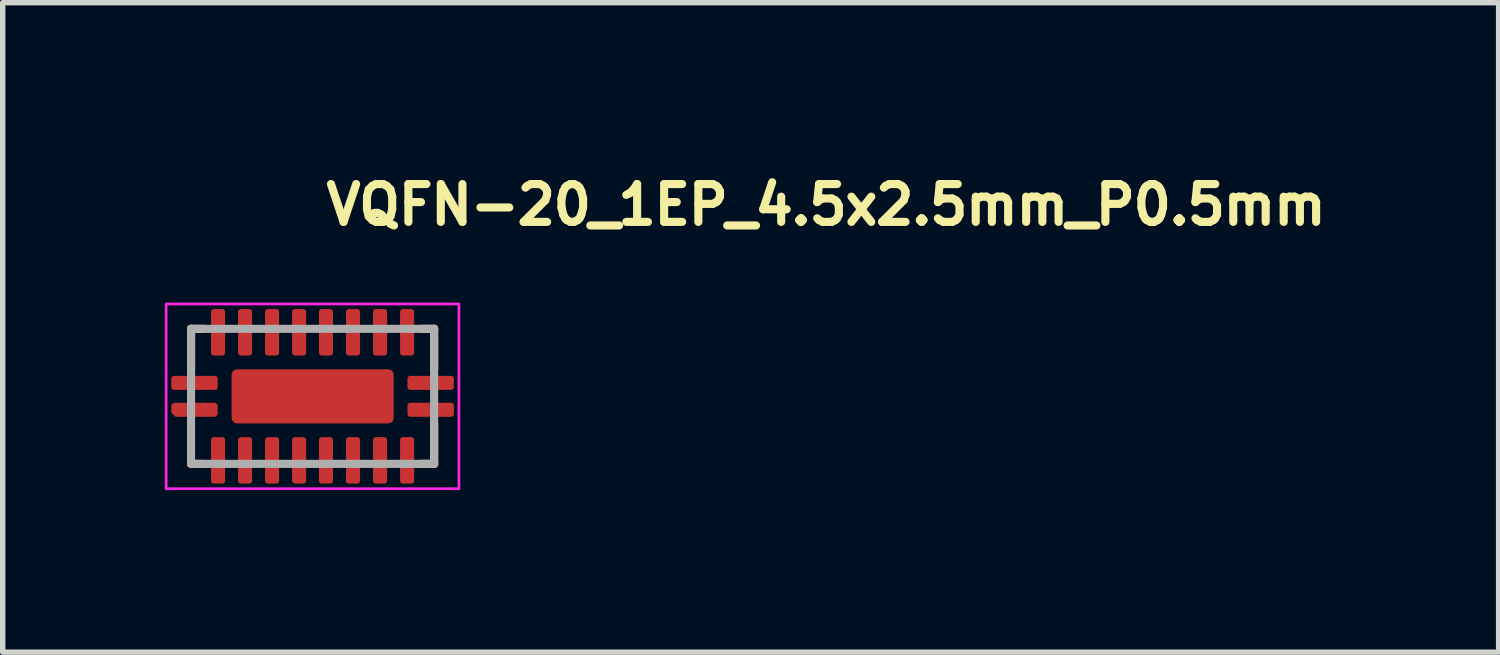
<source format=kicad_pcb>
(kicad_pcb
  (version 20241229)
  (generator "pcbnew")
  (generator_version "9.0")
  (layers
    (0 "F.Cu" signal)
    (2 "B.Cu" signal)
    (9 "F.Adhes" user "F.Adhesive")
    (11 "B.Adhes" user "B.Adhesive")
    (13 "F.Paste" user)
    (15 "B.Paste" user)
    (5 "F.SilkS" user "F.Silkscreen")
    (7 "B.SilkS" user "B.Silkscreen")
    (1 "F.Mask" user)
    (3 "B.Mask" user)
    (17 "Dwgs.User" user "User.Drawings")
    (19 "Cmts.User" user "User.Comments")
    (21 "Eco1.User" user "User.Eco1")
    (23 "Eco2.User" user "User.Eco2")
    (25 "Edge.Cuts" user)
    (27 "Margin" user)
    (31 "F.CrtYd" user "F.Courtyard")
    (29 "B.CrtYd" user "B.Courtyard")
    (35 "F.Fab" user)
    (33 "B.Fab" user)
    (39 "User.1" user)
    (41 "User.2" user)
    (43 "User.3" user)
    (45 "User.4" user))
  (footprint "VQFN-20_1EP_4.5x2.5mm_P0.5mm"
    (layer "F.Cu")
    (at 2.736 4.286)
    (property "Reference" "VQFN-20_1EP_4.5x2.5mm_P0.5mm" (at 0.174 -3.136 0) (layer "F.SilkS") (effects (font (size 0.7 0.7) (thickness 0.15)) (justify left bottom)))
    (attr smd)
    (fp_line (start -2.25 -1.25) (end -2.25 -0.5) (stroke (width 0.15) (type solid)) (layer "F.SilkS"))
    (fp_line (start -2.249 1.25) (end -2 1.25) (stroke (width 0.15) (type solid)) (layer "F.SilkS"))
    (fp_line (start -2.001 -1.25) (end -2.25 -1.25) (stroke (width 0.15) (type solid)) (layer "F.SilkS"))
    (fp_line (start 2.249 -1.25) (end 2 -1.25) (stroke (width 0.15) (type solid)) (layer "F.SilkS"))
    (fp_line (start 2.249 -1.25) (end 2.249 -0.5) (stroke (width 0.15) (type solid)) (layer "F.SilkS"))
    (fp_line (start 2.249 1.249) (end 2 1.249) (stroke (width 0.15) (type solid)) (layer "F.SilkS"))
    (fp_line (start 2.249 1.249) (end 2.249 0.5) (stroke (width 0.15) (type solid)) (layer "F.SilkS"))
    (fp_poly (pts (xy -0.951 -0.32) (xy 0.949 -0.32) (xy 0.949 0.32) (xy -0.951 0.32)) (stroke (width 0.01) (type solid)) (fill yes) (layer "F.Paste"))
    (fp_rect (start -2.711 -1.71) (end 2.708 1.709) (stroke (width 0.05) (type solid)) (fill no) (layer "F.CrtYd"))
    (fp_line (start -2.25 1.249) (end -2.25 -1.25) (stroke (width 0.15) (type solid)) (layer "F.Fab"))
    (fp_line (start 2.249 -1.25) (end -2.25 -1.25) (stroke (width 0.15) (type solid)) (layer "F.Fab"))
    (fp_line (start 2.249 1.249) (end -2.25 1.249) (stroke (width 0.15) (type solid)) (layer "F.Fab"))
    (fp_line (start 2.249 1.249) (end 2.249 -1.25) (stroke (width 0.15) (type solid)) (layer "F.Fab"))
    (fp_rect (start -2.261 -1.26) (end 2.258 1.259) (stroke (width 0.1) (type solid)) (fill no) (layer "User.5"))
    (fp_line (start -2.261 -0.37) (end -2.261 -0.132) (stroke (width 0.02) (type solid)) (layer "User.9"))
    (fp_line (start -2.261 -0.132) (end -2.25 -0.132) (stroke (width 0.02) (type solid)) (layer "User.9"))
    (fp_line (start -2.261 0.13) (end -2.261 0.368) (stroke (width 0.02) (type solid)) (layer "User.9"))
    (fp_line (start -2.261 0.368) (end -2.25 0.368) (stroke (width 0.02) (type solid)) (layer "User.9"))
    (fp_line (start -2.25 -1.25) (end -2.25 1.249) (stroke (width 0.02) (type solid)) (layer "User.9"))
    (fp_line (start -2.25 -0.37) (end -2.261 -0.37) (stroke (width 0.02) (type solid)) (layer "User.9"))
    (fp_line (start -2.25 0.13) (end -2.261 0.13) (stroke (width 0.02) (type solid)) (layer "User.9"))
    (fp_line (start -2.25 1.249) (end 2.249 1.249) (stroke (width 0.02) (type solid)) (layer "User.9"))
    (fp_line (start -1.871 -1.26) (end -1.871 -1.25) (stroke (width 0.02) (type solid)) (layer "User.9"))
    (fp_line (start -1.871 1.249) (end -1.871 1.259) (stroke (width 0.02) (type solid)) (layer "User.9"))
    (fp_line (start -1.871 1.259) (end -1.631 1.259) (stroke (width 0.02) (type solid)) (layer "User.9"))
    (fp_line (start -1.631 -1.26) (end -1.871 -1.26) (stroke (width 0.02) (type solid)) (layer "User.9"))
    (fp_line (start -1.631 -1.25) (end -1.631 -1.26) (stroke (width 0.02) (type solid)) (layer "User.9"))
    (fp_line (start -1.631 1.259) (end -1.631 1.249) (stroke (width 0.02) (type solid)) (layer "User.9"))
    (fp_line (start -1.371 -1.26) (end -1.371 -1.25) (stroke (width 0.02) (type solid)) (layer "User.9"))
    (fp_line (start -1.371 -1.26) (end -1.371 -1.25) (stroke (width 0.02) (type solid)) (layer "User.9"))
    (fp_line (start -1.371 1.249) (end -1.371 1.259) (stroke (width 0.02) (type solid)) (layer "User.9"))
    (fp_line (start -1.371 1.249) (end -1.371 1.259) (stroke (width 0.02) (type solid)) (layer "User.9"))
    (fp_line (start -1.371 1.259) (end -1.131 1.259) (stroke (width 0.02) (type solid)) (layer "User.9"))
    (fp_line (start -1.371 1.259) (end -1.131 1.259) (stroke (width 0.02) (type solid)) (layer "User.9"))
    (fp_line (start -1.131 -1.26) (end -1.371 -1.26) (stroke (width 0.02) (type solid)) (layer "User.9"))
    (fp_line (start -1.131 -1.26) (end -1.371 -1.26) (stroke (width 0.02) (type solid)) (layer "User.9"))
    (fp_line (start -1.131 -1.25) (end -1.131 -1.26) (stroke (width 0.02) (type solid)) (layer "User.9"))
    (fp_line (start -1.131 -1.25) (end -1.131 -1.26) (stroke (width 0.02) (type solid)) (layer "User.9"))
    (fp_line (start -1.131 1.259) (end -1.131 1.249) (stroke (width 0.02) (type solid)) (layer "User.9"))
    (fp_line (start -1.131 1.259) (end -1.131 1.249) (stroke (width 0.02) (type solid)) (layer "User.9"))
    (fp_line (start -0.87 -1.26) (end -0.87 -1.25) (stroke (width 0.02) (type solid)) (layer "User.9"))
    (fp_line (start -0.87 -1.26) (end -0.87 -1.25) (stroke (width 0.02) (type solid)) (layer "User.9"))
    (fp_line (start -0.87 -1.26) (end -0.87 -1.25) (stroke (width 0.02) (type solid)) (layer "User.9"))
    (fp_line (start -0.87 1.249) (end -0.87 1.259) (stroke (width 0.02) (type solid)) (layer "User.9"))
    (fp_line (start -0.87 1.249) (end -0.87 1.259) (stroke (width 0.02) (type solid)) (layer "User.9"))
    (fp_line (start -0.87 1.249) (end -0.87 1.259) (stroke (width 0.02) (type solid)) (layer "User.9"))
    (fp_line (start -0.87 1.259) (end -0.63 1.259) (stroke (width 0.02) (type solid)) (layer "User.9"))
    (fp_line (start -0.87 1.259) (end -0.63 1.259) (stroke (width 0.02) (type solid)) (layer "User.9"))
    (fp_line (start -0.87 1.259) (end -0.63 1.259) (stroke (width 0.02) (type solid)) (layer "User.9"))
    (fp_line (start -0.63 -1.26) (end -0.87 -1.26) (stroke (width 0.02) (type solid)) (layer "User.9"))
    (fp_line (start -0.63 -1.26) (end -0.87 -1.26) (stroke (width 0.02) (type solid)) (layer "User.9"))
    (fp_line (start -0.63 -1.26) (end -0.87 -1.26) (stroke (width 0.02) (type solid)) (layer "User.9"))
    (fp_line (start -0.63 -1.25) (end -0.63 -1.26) (stroke (width 0.02) (type solid)) (layer "User.9"))
    (fp_line (start -0.63 -1.25) (end -0.63 -1.26) (stroke (width 0.02) (type solid)) (layer "User.9"))
    (fp_line (start -0.63 -1.25) (end -0.63 -1.26) (stroke (width 0.02) (type solid)) (layer "User.9"))
    (fp_line (start -0.63 1.259) (end -0.63 1.249) (stroke (width 0.02) (type solid)) (layer "User.9"))
    (fp_line (start -0.63 1.259) (end -0.63 1.249) (stroke (width 0.02) (type solid)) (layer "User.9"))
    (fp_line (start -0.63 1.259) (end -0.63 1.249) (stroke (width 0.02) (type solid)) (layer "User.9"))
    (fp_line (start -0.37 -1.26) (end -0.37 -1.25) (stroke (width 0.02) (type solid)) (layer "User.9"))
    (fp_line (start -0.37 -1.26) (end -0.37 -1.25) (stroke (width 0.02) (type solid)) (layer "User.9"))
    (fp_line (start -0.37 -1.26) (end -0.37 -1.25) (stroke (width 0.02) (type solid)) (layer "User.9"))
    (fp_line (start -0.37 -1.26) (end -0.37 -1.25) (stroke (width 0.02) (type solid)) (layer "User.9"))
    (fp_line (start -0.37 1.249) (end -0.37 1.259) (stroke (width 0.02) (type solid)) (layer "User.9"))
    (fp_line (start -0.37 1.249) (end -0.37 1.259) (stroke (width 0.02) (type solid)) (layer "User.9"))
    (fp_line (start -0.37 1.249) (end -0.37 1.259) (stroke (width 0.02) (type solid)) (layer "User.9"))
    (fp_line (start -0.37 1.249) (end -0.37 1.259) (stroke (width 0.02) (type solid)) (layer "User.9"))
    (fp_line (start -0.37 1.259) (end -0.132 1.259) (stroke (width 0.02) (type solid)) (layer "User.9"))
    (fp_line (start -0.37 1.259) (end -0.132 1.259) (stroke (width 0.02) (type solid)) (layer "User.9"))
    (fp_line (start -0.37 1.259) (end -0.132 1.259) (stroke (width 0.02) (type solid)) (layer "User.9"))
    (fp_line (start -0.37 1.259) (end -0.132 1.259) (stroke (width 0.02) (type solid)) (layer "User.9"))
    (fp_line (start -0.132 -1.26) (end -0.37 -1.26) (stroke (width 0.02) (type solid)) (layer "User.9"))
    (fp_line (start -0.132 -1.26) (end -0.37 -1.26) (stroke (width 0.02) (type solid)) (layer "User.9"))
    (fp_line (start -0.132 -1.26) (end -0.37 -1.26) (stroke (width 0.02) (type solid)) (layer "User.9"))
    (fp_line (start -0.132 -1.26) (end -0.37 -1.26) (stroke (width 0.02) (type solid)) (layer "User.9"))
    (fp_line (start -0.132 -1.25) (end -0.132 -1.26) (stroke (width 0.02) (type solid)) (layer "User.9"))
    (fp_line (start -0.132 -1.25) (end -0.132 -1.26) (stroke (width 0.02) (type solid)) (layer "User.9"))
    (fp_line (start -0.132 -1.25) (end -0.132 -1.26) (stroke (width 0.02) (type solid)) (layer "User.9"))
    (fp_line (start -0.132 -1.25) (end -0.132 -1.26) (stroke (width 0.02) (type solid)) (layer "User.9"))
    (fp_line (start -0.132 1.259) (end -0.132 1.249) (stroke (width 0.02) (type solid)) (layer "User.9"))
    (fp_line (start -0.132 1.259) (end -0.132 1.249) (stroke (width 0.02) (type solid)) (layer "User.9"))
    (fp_line (start -0.132 1.259) (end -0.132 1.249) (stroke (width 0.02) (type solid)) (layer "User.9"))
    (fp_line (start -0.132 1.259) (end -0.132 1.249) (stroke (width 0.02) (type solid)) (layer "User.9"))
    (fp_line (start 0.13 -1.26) (end 0.13 -1.25) (stroke (width 0.02) (type solid)) (layer "User.9"))
    (fp_line (start 0.13 -1.26) (end 0.13 -1.25) (stroke (width 0.02) (type solid)) (layer "User.9"))
    (fp_line (start 0.13 -1.26) (end 0.13 -1.25) (stroke (width 0.02) (type solid)) (layer "User.9"))
    (fp_line (start 0.13 -1.26) (end 0.13 -1.25) (stroke (width 0.02) (type solid)) (layer "User.9"))
    (fp_line (start 0.13 1.249) (end 0.13 1.259) (stroke (width 0.02) (type solid)) (layer "User.9"))
    (fp_line (start 0.13 1.249) (end 0.13 1.259) (stroke (width 0.02) (type solid)) (layer "User.9"))
    (fp_line (start 0.13 1.249) (end 0.13 1.259) (stroke (width 0.02) (type solid)) (layer "User.9"))
    (fp_line (start 0.13 1.249) (end 0.13 1.259) (stroke (width 0.02) (type solid)) (layer "User.9"))
    (fp_line (start 0.13 1.259) (end 0.368 1.259) (stroke (width 0.02) (type solid)) (layer "User.9"))
    (fp_line (start 0.13 1.259) (end 0.368 1.259) (stroke (width 0.02) (type solid)) (layer "User.9"))
    (fp_line (start 0.13 1.259) (end 0.368 1.259) (stroke (width 0.02) (type solid)) (layer "User.9"))
    (fp_line (start 0.13 1.259) (end 0.368 1.259) (stroke (width 0.02) (type solid)) (layer "User.9"))
    (fp_line (start 0.368 -1.26) (end 0.13 -1.26) (stroke (width 0.02) (type solid)) (layer "User.9"))
    (fp_line (start 0.368 -1.26) (end 0.13 -1.26) (stroke (width 0.02) (type solid)) (layer "User.9"))
    (fp_line (start 0.368 -1.26) (end 0.13 -1.26) (stroke (width 0.02) (type solid)) (layer "User.9"))
    (fp_line (start 0.368 -1.26) (end 0.13 -1.26) (stroke (width 0.02) (type solid)) (layer "User.9"))
    (fp_line (start 0.368 -1.25) (end 0.368 -1.26) (stroke (width 0.02) (type solid)) (layer "User.9"))
    (fp_line (start 0.368 -1.25) (end 0.368 -1.26) (stroke (width 0.02) (type solid)) (layer "User.9"))
    (fp_line (start 0.368 -1.25) (end 0.368 -1.26) (stroke (width 0.02) (type solid)) (layer "User.9"))
    (fp_line (start 0.368 -1.25) (end 0.368 -1.26) (stroke (width 0.02) (type solid)) (layer "User.9"))
    (fp_line (start 0.368 1.259) (end 0.368 1.249) (stroke (width 0.02) (type solid)) (layer "User.9"))
    (fp_line (start 0.368 1.259) (end 0.368 1.249) (stroke (width 0.02) (type solid)) (layer "User.9"))
    (fp_line (start 0.368 1.259) (end 0.368 1.249) (stroke (width 0.02) (type solid)) (layer "User.9"))
    (fp_line (start 0.368 1.259) (end 0.368 1.249) (stroke (width 0.02) (type solid)) (layer "User.9"))
    (fp_line (start 0.628 -1.26) (end 0.628 -1.25) (stroke (width 0.02) (type solid)) (layer "User.9"))
    (fp_line (start 0.628 -1.26) (end 0.628 -1.25) (stroke (width 0.02) (type solid)) (layer "User.9"))
    (fp_line (start 0.628 -1.26) (end 0.628 -1.25) (stroke (width 0.02) (type solid)) (layer "User.9"))
    (fp_line (start 0.628 1.249) (end 0.628 1.259) (stroke (width 0.02) (type solid)) (layer "User.9"))
    (fp_line (start 0.628 1.249) (end 0.628 1.259) (stroke (width 0.02) (type solid)) (layer "User.9"))
    (fp_line (start 0.628 1.249) (end 0.628 1.259) (stroke (width 0.02) (type solid)) (layer "User.9"))
    (fp_line (start 0.628 1.259) (end 0.868 1.259) (stroke (width 0.02) (type solid)) (layer "User.9"))
    (fp_line (start 0.628 1.259) (end 0.868 1.259) (stroke (width 0.02) (type solid)) (layer "User.9"))
    (fp_line (start 0.628 1.259) (end 0.868 1.259) (stroke (width 0.02) (type solid)) (layer "User.9"))
    (fp_line (start 0.868 -1.26) (end 0.628 -1.26) (stroke (width 0.02) (type solid)) (layer "User.9"))
    (fp_line (start 0.868 -1.26) (end 0.628 -1.26) (stroke (width 0.02) (type solid)) (layer "User.9"))
    (fp_line (start 0.868 -1.26) (end 0.628 -1.26) (stroke (width 0.02) (type solid)) (layer "User.9"))
    (fp_line (start 0.868 -1.25) (end 0.868 -1.26) (stroke (width 0.02) (type solid)) (layer "User.9"))
    (fp_line (start 0.868 -1.25) (end 0.868 -1.26) (stroke (width 0.02) (type solid)) (layer "User.9"))
    (fp_line (start 0.868 -1.25) (end 0.868 -1.26) (stroke (width 0.02) (type solid)) (layer "User.9"))
    (fp_line (start 0.868 1.259) (end 0.868 1.249) (stroke (width 0.02) (type solid)) (layer "User.9"))
    (fp_line (start 0.868 1.259) (end 0.868 1.249) (stroke (width 0.02) (type solid)) (layer "User.9"))
    (fp_line (start 0.868 1.259) (end 0.868 1.249) (stroke (width 0.02) (type solid)) (layer "User.9"))
    (fp_line (start 1.128 -1.26) (end 1.128 -1.25) (stroke (width 0.02) (type solid)) (layer "User.9"))
    (fp_line (start 1.128 -1.26) (end 1.128 -1.25) (stroke (width 0.02) (type solid)) (layer "User.9"))
    (fp_line (start 1.128 1.249) (end 1.128 1.259) (stroke (width 0.02) (type solid)) (layer "User.9"))
    (fp_line (start 1.128 1.249) (end 1.128 1.259) (stroke (width 0.02) (type solid)) (layer "User.9"))
    (fp_line (start 1.128 1.259) (end 1.37 1.259) (stroke (width 0.02) (type solid)) (layer "User.9"))
    (fp_line (start 1.128 1.259) (end 1.37 1.259) (stroke (width 0.02) (type solid)) (layer "User.9"))
    (fp_line (start 1.37 -1.26) (end 1.128 -1.26) (stroke (width 0.02) (type solid)) (layer "User.9"))
    (fp_line (start 1.37 -1.26) (end 1.128 -1.26) (stroke (width 0.02) (type solid)) (layer "User.9"))
    (fp_line (start 1.37 -1.25) (end 1.37 -1.26) (stroke (width 0.02) (type solid)) (layer "User.9"))
    (fp_line (start 1.37 -1.25) (end 1.37 -1.26) (stroke (width 0.02) (type solid)) (layer "User.9"))
    (fp_line (start 1.37 1.259) (end 1.37 1.249) (stroke (width 0.02) (type solid)) (layer "User.9"))
    (fp_line (start 1.37 1.259) (end 1.37 1.249) (stroke (width 0.02) (type solid)) (layer "User.9"))
    (fp_line (start 1.628 -1.26) (end 1.628 -1.25) (stroke (width 0.02) (type solid)) (layer "User.9"))
    (fp_line (start 1.628 1.249) (end 1.628 1.259) (stroke (width 0.02) (type solid)) (layer "User.9"))
    (fp_line (start 1.628 1.259) (end 1.87 1.259) (stroke (width 0.02) (type solid)) (layer "User.9"))
    (fp_line (start 1.87 -1.26) (end 1.628 -1.26) (stroke (width 0.02) (type solid)) (layer "User.9"))
    (fp_line (start 1.87 -1.25) (end 1.87 -1.26) (stroke (width 0.02) (type solid)) (layer "User.9"))
    (fp_line (start 1.87 1.259) (end 1.87 1.249) (stroke (width 0.02) (type solid)) (layer "User.9"))
    (fp_line (start 2.249 -1.25) (end -2.25 -1.25) (stroke (width 0.02) (type solid)) (layer "User.9"))
    (fp_line (start 2.249 -0.132) (end 2.258 -0.132) (stroke (width 0.02) (type solid)) (layer "User.9"))
    (fp_line (start 2.249 0.368) (end 2.258 0.368) (stroke (width 0.02) (type solid)) (layer "User.9"))
    (fp_line (start 2.249 1.249) (end 2.249 -1.25) (stroke (width 0.02) (type solid)) (layer "User.9"))
    (fp_line (start 2.258 -0.37) (end 2.249 -0.37) (stroke (width 0.02) (type solid)) (layer "User.9"))
    (fp_line (start 2.258 -0.132) (end 2.258 -0.37) (stroke (width 0.02) (type solid)) (layer "User.9"))
    (fp_line (start 2.258 0.13) (end 2.249 0.13) (stroke (width 0.02) (type solid)) (layer "User.9"))
    (fp_line (start 2.258 0.368) (end 2.258 0.13) (stroke (width 0.02) (type solid)) (layer "User.9"))
    (fp_circle (center -2 0.95) (end -1.888 0.95) (stroke (width 0.02) (type solid)) (fill no) (layer "User.9"))
    (pad "1" smd roundrect (at -2.186 0.248 90) (size 0.26 0.86) (layers "F.Cu" "F.Mask" "F.Paste") (roundrect_rratio 0.25) (chamfer_ratio 0.3) (chamfer top_left))
    (pad "2" smd roundrect (at -1.75 1.185) (size 0.26 0.86) (layers "F.Cu" "F.Mask" "F.Paste") (roundrect_rratio 0.2))
    (pad "3" smd roundrect (at -1.25 1.185) (size 0.26 0.86) (layers "F.Cu" "F.Mask" "F.Paste") (roundrect_rratio 0.2))
    (pad "4" smd roundrect (at -0.75 1.185) (size 0.26 0.86) (layers "F.Cu" "F.Mask" "F.Paste") (roundrect_rratio 0.2))
    (pad "5" smd roundrect (at -0.25 1.185) (size 0.26 0.86) (layers "F.Cu" "F.Mask" "F.Paste") (roundrect_rratio 0.2))
    (pad "6" smd roundrect (at 0.248 1.185) (size 0.26 0.86) (layers "F.Cu" "F.Mask" "F.Paste") (roundrect_rratio 0.2))
    (pad "7" smd roundrect (at 0.748 1.185) (size 0.26 0.86) (layers "F.Cu" "F.Mask" "F.Paste") (roundrect_rratio 0.2))
    (pad "8" smd roundrect (at 1.249 1.185) (size 0.26 0.86) (layers "F.Cu" "F.Mask" "F.Paste") (roundrect_rratio 0.2))
    (pad "9" smd roundrect (at 1.749 1.185) (size 0.26 0.86) (layers "F.Cu" "F.Mask" "F.Paste") (roundrect_rratio 0.2))
    (pad "10" smd roundrect (at 2.185 0.248 90) (size 0.26 0.86) (layers "F.Cu" "F.Mask" "F.Paste") (roundrect_rratio 0.2))
    (pad "11" smd roundrect (at 2.185 -0.25 90) (size 0.26 0.86) (layers "F.Cu" "F.Mask" "F.Paste") (roundrect_rratio 0.2))
    (pad "12" smd roundrect (at 1.749 -1.186) (size 0.26 0.86) (layers "F.Cu" "F.Mask" "F.Paste") (roundrect_rratio 0.2))
    (pad "13" smd roundrect (at 1.249 -1.186) (size 0.26 0.86) (layers "F.Cu" "F.Mask" "F.Paste") (roundrect_rratio 0.2))
    (pad "14" smd roundrect (at 0.748 -1.186) (size 0.26 0.86) (layers "F.Cu" "F.Mask" "F.Paste") (roundrect_rratio 0.2))
    (pad "15" smd roundrect (at 0.248 -1.186) (size 0.26 0.86) (layers "F.Cu" "F.Mask" "F.Paste") (roundrect_rratio 0.2))
    (pad "16" smd roundrect (at -0.25 -1.186) (size 0.26 0.86) (layers "F.Cu" "F.Mask" "F.Paste") (roundrect_rratio 0.2))
    (pad "17" smd roundrect (at -0.75 -1.186) (size 0.26 0.86) (layers "F.Cu" "F.Mask" "F.Paste") (roundrect_rratio 0.2))
    (pad "18" smd roundrect (at -1.25 -1.186) (size 0.26 0.86) (layers "F.Cu" "F.Mask" "F.Paste") (roundrect_rratio 0.2))
    (pad "19" smd roundrect (at -1.75 -1.186) (size 0.26 0.86) (layers "F.Cu" "F.Mask" "F.Paste") (roundrect_rratio 0.2))
    (pad "20" smd roundrect (at -2.186 -0.25 90) (size 0.26 0.86) (layers "F.Cu" "F.Mask" "F.Paste") (roundrect_rratio 0.2))
    (pad "21" smd roundrect (at 0 0) (size 3 1) (layers "F.Cu" "F.Mask") (roundrect_rratio 0.1)))
  (gr_rect
    (start -3 -3)
    (end 24.687 9.02)
    (stroke (width 0.1) (type default))
    (fill no)
    (layer "Edge.Cuts")))
</source>
